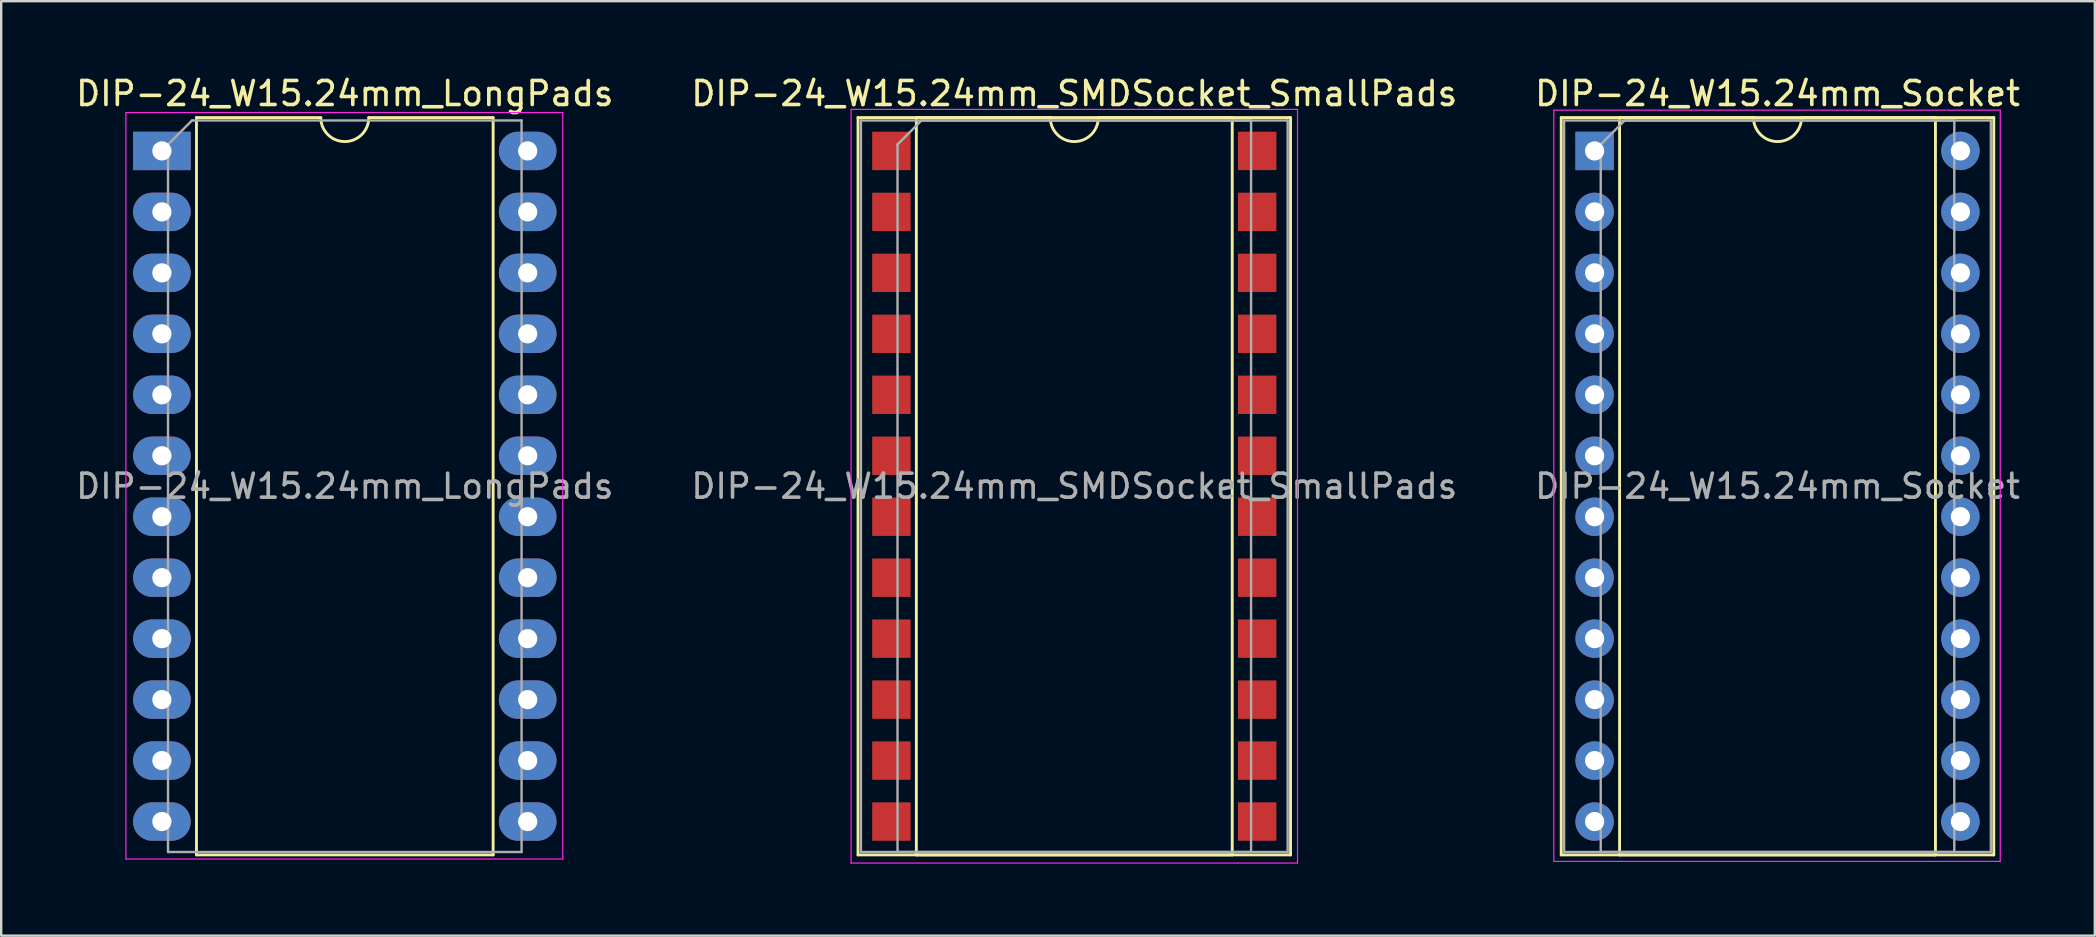
<source format=kicad_pcb>
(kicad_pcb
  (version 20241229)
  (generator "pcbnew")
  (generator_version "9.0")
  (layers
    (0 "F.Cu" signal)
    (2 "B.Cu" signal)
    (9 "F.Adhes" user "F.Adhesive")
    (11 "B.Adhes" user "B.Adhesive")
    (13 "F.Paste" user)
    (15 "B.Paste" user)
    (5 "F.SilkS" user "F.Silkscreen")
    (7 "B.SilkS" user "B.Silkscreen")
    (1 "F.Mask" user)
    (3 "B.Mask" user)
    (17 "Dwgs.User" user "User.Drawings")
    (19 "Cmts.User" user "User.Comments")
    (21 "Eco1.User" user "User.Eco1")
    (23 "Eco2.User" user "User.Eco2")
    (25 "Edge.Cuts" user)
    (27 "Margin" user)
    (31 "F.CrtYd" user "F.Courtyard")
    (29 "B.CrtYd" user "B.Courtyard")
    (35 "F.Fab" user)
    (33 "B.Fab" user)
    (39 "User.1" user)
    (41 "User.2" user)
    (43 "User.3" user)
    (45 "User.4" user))
  (footprint "DIP-24_W15.24mm_LongPads"
    (layer "F.Cu")
    (at 3.695 3.238)
    (property "Reference" "DIP-24_W15.24mm_LongPads" (at 7.62 -2.39 0) (layer "F.SilkS") (effects (font (size 1 1) (thickness 0.15))))
    (attr through_hole)
    (fp_line (start 1.44 -1.39) (end 1.44 29.33) (stroke (width 0.12) (type solid)) (layer "F.SilkS"))
    (fp_line (start 1.44 29.33) (end 13.8 29.33) (stroke (width 0.12) (type solid)) (layer "F.SilkS"))
    (fp_line (start 6.62 -1.39) (end 1.44 -1.39) (stroke (width 0.12) (type solid)) (layer "F.SilkS"))
    (fp_line (start 13.8 -1.39) (end 8.62 -1.39) (stroke (width 0.12) (type solid)) (layer "F.SilkS"))
    (fp_line (start 13.8 29.33) (end 13.8 -1.39) (stroke (width 0.12) (type solid)) (layer "F.SilkS"))
    (fp_arc (start 8.62 -1.39) (mid 7.62 -0.39) (end 6.62 -1.39) (stroke (width 0.12) (type solid)) (layer "F.SilkS"))
    (fp_line (start -1.5 -1.6) (end -1.5 29.5) (stroke (width 0.05) (type solid)) (layer "F.CrtYd"))
    (fp_line (start -1.5 29.5) (end 16.7 29.5) (stroke (width 0.05) (type solid)) (layer "F.CrtYd"))
    (fp_line (start 16.7 -1.6) (end -1.5 -1.6) (stroke (width 0.05) (type solid)) (layer "F.CrtYd"))
    (fp_line (start 16.7 29.5) (end 16.7 -1.6) (stroke (width 0.05) (type solid)) (layer "F.CrtYd"))
    (fp_line (start 0.255 -0.27) (end 1.255 -1.27) (stroke (width 0.1) (type solid)) (layer "F.Fab"))
    (fp_line (start 0.255 29.21) (end 0.255 -0.27) (stroke (width 0.1) (type solid)) (layer "F.Fab"))
    (fp_line (start 1.255 -1.27) (end 14.985 -1.27) (stroke (width 0.1) (type solid)) (layer "F.Fab"))
    (fp_line (start 14.985 -1.27) (end 14.985 29.21) (stroke (width 0.1) (type solid)) (layer "F.Fab"))
    (fp_line (start 14.985 29.21) (end 0.255 29.21) (stroke (width 0.1) (type solid)) (layer "F.Fab"))
    (fp_text user "${REFERENCE}" (at 7.62 13.97 0) (layer "F.Fab") (effects (font (size 1 1) (thickness 0.15))))
    (pad "1" thru_hole rect (at 0 0) (size 2.4 1.6) (drill 0.8) (layers "*.Cu" "*.Mask"))
    (pad "2" thru_hole oval (at 0 2.54) (size 2.4 1.6) (drill 0.8) (layers "*.Cu" "*.Mask"))
    (pad "3" thru_hole oval (at 0 5.08) (size 2.4 1.6) (drill 0.8) (layers "*.Cu" "*.Mask"))
    (pad "4" thru_hole oval (at 0 7.62) (size 2.4 1.6) (drill 0.8) (layers "*.Cu" "*.Mask"))
    (pad "5" thru_hole oval (at 0 10.16) (size 2.4 1.6) (drill 0.8) (layers "*.Cu" "*.Mask"))
    (pad "6" thru_hole oval (at 0 12.7) (size 2.4 1.6) (drill 0.8) (layers "*.Cu" "*.Mask"))
    (pad "7" thru_hole oval (at 0 15.24) (size 2.4 1.6) (drill 0.8) (layers "*.Cu" "*.Mask"))
    (pad "8" thru_hole oval (at 0 17.78) (size 2.4 1.6) (drill 0.8) (layers "*.Cu" "*.Mask"))
    (pad "9" thru_hole oval (at 0 20.32) (size 2.4 1.6) (drill 0.8) (layers "*.Cu" "*.Mask"))
    (pad "10" thru_hole oval (at 0 22.86) (size 2.4 1.6) (drill 0.8) (layers "*.Cu" "*.Mask"))
    (pad "11" thru_hole oval (at 0 25.4) (size 2.4 1.6) (drill 0.8) (layers "*.Cu" "*.Mask"))
    (pad "12" thru_hole oval (at 0 27.94) (size 2.4 1.6) (drill 0.8) (layers "*.Cu" "*.Mask"))
    (pad "13" thru_hole oval (at 15.24 27.94) (size 2.4 1.6) (drill 0.8) (layers "*.Cu" "*.Mask"))
    (pad "14" thru_hole oval (at 15.24 25.4) (size 2.4 1.6) (drill 0.8) (layers "*.Cu" "*.Mask"))
    (pad "15" thru_hole oval (at 15.24 22.86) (size 2.4 1.6) (drill 0.8) (layers "*.Cu" "*.Mask"))
    (pad "16" thru_hole oval (at 15.24 20.32) (size 2.4 1.6) (drill 0.8) (layers "*.Cu" "*.Mask"))
    (pad "17" thru_hole oval (at 15.24 17.78) (size 2.4 1.6) (drill 0.8) (layers "*.Cu" "*.Mask"))
    (pad "18" thru_hole oval (at 15.24 15.24) (size 2.4 1.6) (drill 0.8) (layers "*.Cu" "*.Mask"))
    (pad "19" thru_hole oval (at 15.24 12.7) (size 2.4 1.6) (drill 0.8) (layers "*.Cu" "*.Mask"))
    (pad "20" thru_hole oval (at 15.24 10.16) (size 2.4 1.6) (drill 0.8) (layers "*.Cu" "*.Mask"))
    (pad "21" thru_hole oval (at 15.24 7.62) (size 2.4 1.6) (drill 0.8) (layers "*.Cu" "*.Mask"))
    (pad "22" thru_hole oval (at 15.24 5.08) (size 2.4 1.6) (drill 0.8) (layers "*.Cu" "*.Mask"))
    (pad "23" thru_hole oval (at 15.24 2.54) (size 2.4 1.6) (drill 0.8) (layers "*.Cu" "*.Mask"))
    (pad "24" thru_hole oval (at 15.24 0) (size 2.4 1.6) (drill 0.8) (layers "*.Cu" "*.Mask")))
  (footprint "DIP-24_W15.24mm_SMDSocket_SmallPads"
    (layer "F.Cu")
    (at 41.708 17.208)
    (property "Reference" "DIP-24_W15.24mm_SMDSocket_SmallPads" (at 0 -16.36 0) (layer "F.SilkS") (effects (font (size 1 1) (thickness 0.15))))
    (attr smd)
    (fp_line (start -9.01 -15.36) (end -9.01 15.36) (stroke (width 0.12) (type solid)) (layer "F.SilkS"))
    (fp_line (start -9.01 15.36) (end 9.01 15.36) (stroke (width 0.12) (type solid)) (layer "F.SilkS"))
    (fp_line (start -6.58 -15.36) (end -6.58 15.36) (stroke (width 0.12) (type solid)) (layer "F.SilkS"))
    (fp_line (start -6.58 15.36) (end 6.58 15.36) (stroke (width 0.12) (type solid)) (layer "F.SilkS"))
    (fp_line (start -1 -15.36) (end -6.58 -15.36) (stroke (width 0.12) (type solid)) (layer "F.SilkS"))
    (fp_line (start 6.58 -15.36) (end 1 -15.36) (stroke (width 0.12) (type solid)) (layer "F.SilkS"))
    (fp_line (start 6.58 15.36) (end 6.58 -15.36) (stroke (width 0.12) (type solid)) (layer "F.SilkS"))
    (fp_line (start 9.01 -15.36) (end -9.01 -15.36) (stroke (width 0.12) (type solid)) (layer "F.SilkS"))
    (fp_line (start 9.01 15.36) (end 9.01 -15.36) (stroke (width 0.12) (type solid)) (layer "F.SilkS"))
    (fp_arc (start 1 -15.36) (mid 0 -14.36) (end -1 -15.36) (stroke (width 0.12) (type solid)) (layer "F.SilkS"))
    (fp_line (start -9.3 -15.7) (end -9.3 15.7) (stroke (width 0.05) (type solid)) (layer "F.CrtYd"))
    (fp_line (start -9.3 15.7) (end 9.3 15.7) (stroke (width 0.05) (type solid)) (layer "F.CrtYd"))
    (fp_line (start 9.3 -15.7) (end -9.3 -15.7) (stroke (width 0.05) (type solid)) (layer "F.CrtYd"))
    (fp_line (start 9.3 15.7) (end 9.3 -15.7) (stroke (width 0.05) (type solid)) (layer "F.CrtYd"))
    (fp_line (start -8.89 -15.24) (end -8.89 15.24) (stroke (width 0.1) (type solid)) (layer "F.Fab"))
    (fp_line (start -8.89 15.24) (end 8.89 15.24) (stroke (width 0.1) (type solid)) (layer "F.Fab"))
    (fp_line (start -7.365 -14.24) (end -6.365 -15.24) (stroke (width 0.1) (type solid)) (layer "F.Fab"))
    (fp_line (start -7.365 15.24) (end -7.365 -14.24) (stroke (width 0.1) (type solid)) (layer "F.Fab"))
    (fp_line (start -6.365 -15.24) (end 7.365 -15.24) (stroke (width 0.1) (type solid)) (layer "F.Fab"))
    (fp_line (start 7.365 -15.24) (end 7.365 15.24) (stroke (width 0.1) (type solid)) (layer "F.Fab"))
    (fp_line (start 7.365 15.24) (end -7.365 15.24) (stroke (width 0.1) (type solid)) (layer "F.Fab"))
    (fp_line (start 8.89 -15.24) (end -8.89 -15.24) (stroke (width 0.1) (type solid)) (layer "F.Fab"))
    (fp_line (start 8.89 15.24) (end 8.89 -15.24) (stroke (width 0.1) (type solid)) (layer "F.Fab"))
    (fp_text user "${REFERENCE}" (at 0 0 0) (layer "F.Fab") (effects (font (size 1 1) (thickness 0.15))))
    (pad "1" smd rect (at -7.62 -13.97) (size 1.6 1.6) (layers "F.Cu" "F.Mask" "F.Paste"))
    (pad "2" smd rect (at -7.62 -11.43) (size 1.6 1.6) (layers "F.Cu" "F.Mask" "F.Paste"))
    (pad "3" smd rect (at -7.62 -8.89) (size 1.6 1.6) (layers "F.Cu" "F.Mask" "F.Paste"))
    (pad "4" smd rect (at -7.62 -6.35) (size 1.6 1.6) (layers "F.Cu" "F.Mask" "F.Paste"))
    (pad "5" smd rect (at -7.62 -3.81) (size 1.6 1.6) (layers "F.Cu" "F.Mask" "F.Paste"))
    (pad "6" smd rect (at -7.62 -1.27) (size 1.6 1.6) (layers "F.Cu" "F.Mask" "F.Paste"))
    (pad "7" smd rect (at -7.62 1.27) (size 1.6 1.6) (layers "F.Cu" "F.Mask" "F.Paste"))
    (pad "8" smd rect (at -7.62 3.81) (size 1.6 1.6) (layers "F.Cu" "F.Mask" "F.Paste"))
    (pad "9" smd rect (at -7.62 6.35) (size 1.6 1.6) (layers "F.Cu" "F.Mask" "F.Paste"))
    (pad "10" smd rect (at -7.62 8.89) (size 1.6 1.6) (layers "F.Cu" "F.Mask" "F.Paste"))
    (pad "11" smd rect (at -7.62 11.43) (size 1.6 1.6) (layers "F.Cu" "F.Mask" "F.Paste"))
    (pad "12" smd rect (at -7.62 13.97) (size 1.6 1.6) (layers "F.Cu" "F.Mask" "F.Paste"))
    (pad "13" smd rect (at 7.62 13.97) (size 1.6 1.6) (layers "F.Cu" "F.Mask" "F.Paste"))
    (pad "14" smd rect (at 7.62 11.43) (size 1.6 1.6) (layers "F.Cu" "F.Mask" "F.Paste"))
    (pad "15" smd rect (at 7.62 8.89) (size 1.6 1.6) (layers "F.Cu" "F.Mask" "F.Paste"))
    (pad "16" smd rect (at 7.62 6.35) (size 1.6 1.6) (layers "F.Cu" "F.Mask" "F.Paste"))
    (pad "17" smd rect (at 7.62 3.81) (size 1.6 1.6) (layers "F.Cu" "F.Mask" "F.Paste"))
    (pad "18" smd rect (at 7.62 1.27) (size 1.6 1.6) (layers "F.Cu" "F.Mask" "F.Paste"))
    (pad "19" smd rect (at 7.62 -1.27) (size 1.6 1.6) (layers "F.Cu" "F.Mask" "F.Paste"))
    (pad "20" smd rect (at 7.62 -3.81) (size 1.6 1.6) (layers "F.Cu" "F.Mask" "F.Paste"))
    (pad "21" smd rect (at 7.62 -6.35) (size 1.6 1.6) (layers "F.Cu" "F.Mask" "F.Paste"))
    (pad "22" smd rect (at 7.62 -8.89) (size 1.6 1.6) (layers "F.Cu" "F.Mask" "F.Paste"))
    (pad "23" smd rect (at 7.62 -11.43) (size 1.6 1.6) (layers "F.Cu" "F.Mask" "F.Paste"))
    (pad "24" smd rect (at 7.62 -13.97) (size 1.6 1.6) (layers "F.Cu" "F.Mask" "F.Paste")))
  (footprint "DIP-24_W15.24mm_Socket"
    (layer "F.Cu")
    (at 63.386 3.238)
    (property "Reference" "DIP-24_W15.24mm_Socket" (at 7.62 -2.39 0) (layer "F.SilkS") (effects (font (size 1 1) (thickness 0.15))))
    (attr through_hole)
    (fp_line (start -1.39 -1.39) (end -1.39 29.33) (stroke (width 0.12) (type solid)) (layer "F.SilkS"))
    (fp_line (start -1.39 29.33) (end 16.63 29.33) (stroke (width 0.12) (type solid)) (layer "F.SilkS"))
    (fp_line (start 1.04 -1.39) (end 1.04 29.33) (stroke (width 0.12) (type solid)) (layer "F.SilkS"))
    (fp_line (start 1.04 29.33) (end 14.2 29.33) (stroke (width 0.12) (type solid)) (layer "F.SilkS"))
    (fp_line (start 6.62 -1.39) (end 1.04 -1.39) (stroke (width 0.12) (type solid)) (layer "F.SilkS"))
    (fp_line (start 14.2 -1.39) (end 8.62 -1.39) (stroke (width 0.12) (type solid)) (layer "F.SilkS"))
    (fp_line (start 14.2 29.33) (end 14.2 -1.39) (stroke (width 0.12) (type solid)) (layer "F.SilkS"))
    (fp_line (start 16.63 -1.39) (end -1.39 -1.39) (stroke (width 0.12) (type solid)) (layer "F.SilkS"))
    (fp_line (start 16.63 29.33) (end 16.63 -1.39) (stroke (width 0.12) (type solid)) (layer "F.SilkS"))
    (fp_arc (start 8.62 -1.39) (mid 7.62 -0.39) (end 6.62 -1.39) (stroke (width 0.12) (type solid)) (layer "F.SilkS"))
    (fp_line (start -1.7 -1.7) (end -1.7 29.6) (stroke (width 0.05) (type solid)) (layer "F.CrtYd"))
    (fp_line (start -1.7 29.6) (end 16.9 29.6) (stroke (width 0.05) (type solid)) (layer "F.CrtYd"))
    (fp_line (start 16.9 -1.7) (end -1.7 -1.7) (stroke (width 0.05) (type solid)) (layer "F.CrtYd"))
    (fp_line (start 16.9 29.6) (end 16.9 -1.7) (stroke (width 0.05) (type solid)) (layer "F.CrtYd"))
    (fp_line (start -1.27 -1.27) (end -1.27 29.21) (stroke (width 0.1) (type solid)) (layer "F.Fab"))
    (fp_line (start -1.27 29.21) (end 16.51 29.21) (stroke (width 0.1) (type solid)) (layer "F.Fab"))
    (fp_line (start 0.255 -0.27) (end 1.255 -1.27) (stroke (width 0.1) (type solid)) (layer "F.Fab"))
    (fp_line (start 0.255 29.21) (end 0.255 -0.27) (stroke (width 0.1) (type solid)) (layer "F.Fab"))
    (fp_line (start 1.255 -1.27) (end 14.985 -1.27) (stroke (width 0.1) (type solid)) (layer "F.Fab"))
    (fp_line (start 14.985 -1.27) (end 14.985 29.21) (stroke (width 0.1) (type solid)) (layer "F.Fab"))
    (fp_line (start 14.985 29.21) (end 0.255 29.21) (stroke (width 0.1) (type solid)) (layer "F.Fab"))
    (fp_line (start 16.51 -1.27) (end -1.27 -1.27) (stroke (width 0.1) (type solid)) (layer "F.Fab"))
    (fp_line (start 16.51 29.21) (end 16.51 -1.27) (stroke (width 0.1) (type solid)) (layer "F.Fab"))
    (fp_text user "${REFERENCE}" (at 7.62 13.97 0) (layer "F.Fab") (effects (font (size 1 1) (thickness 0.15))))
    (pad "1" thru_hole rect (at 0 0) (size 1.6 1.6) (drill 0.8) (layers "*.Cu" "*.Mask"))
    (pad "2" thru_hole oval (at 0 2.54) (size 1.6 1.6) (drill 0.8) (layers "*.Cu" "*.Mask"))
    (pad "3" thru_hole oval (at 0 5.08) (size 1.6 1.6) (drill 0.8) (layers "*.Cu" "*.Mask"))
    (pad "4" thru_hole oval (at 0 7.62) (size 1.6 1.6) (drill 0.8) (layers "*.Cu" "*.Mask"))
    (pad "5" thru_hole oval (at 0 10.16) (size 1.6 1.6) (drill 0.8) (layers "*.Cu" "*.Mask"))
    (pad "6" thru_hole oval (at 0 12.7) (size 1.6 1.6) (drill 0.8) (layers "*.Cu" "*.Mask"))
    (pad "7" thru_hole oval (at 0 15.24) (size 1.6 1.6) (drill 0.8) (layers "*.Cu" "*.Mask"))
    (pad "8" thru_hole oval (at 0 17.78) (size 1.6 1.6) (drill 0.8) (layers "*.Cu" "*.Mask"))
    (pad "9" thru_hole oval (at 0 20.32) (size 1.6 1.6) (drill 0.8) (layers "*.Cu" "*.Mask"))
    (pad "10" thru_hole oval (at 0 22.86) (size 1.6 1.6) (drill 0.8) (layers "*.Cu" "*.Mask"))
    (pad "11" thru_hole oval (at 0 25.4) (size 1.6 1.6) (drill 0.8) (layers "*.Cu" "*.Mask"))
    (pad "12" thru_hole oval (at 0 27.94) (size 1.6 1.6) (drill 0.8) (layers "*.Cu" "*.Mask"))
    (pad "13" thru_hole oval (at 15.24 27.94) (size 1.6 1.6) (drill 0.8) (layers "*.Cu" "*.Mask"))
    (pad "14" thru_hole oval (at 15.24 25.4) (size 1.6 1.6) (drill 0.8) (layers "*.Cu" "*.Mask"))
    (pad "15" thru_hole oval (at 15.24 22.86) (size 1.6 1.6) (drill 0.8) (layers "*.Cu" "*.Mask"))
    (pad "16" thru_hole oval (at 15.24 20.32) (size 1.6 1.6) (drill 0.8) (layers "*.Cu" "*.Mask"))
    (pad "17" thru_hole oval (at 15.24 17.78) (size 1.6 1.6) (drill 0.8) (layers "*.Cu" "*.Mask"))
    (pad "18" thru_hole oval (at 15.24 15.24) (size 1.6 1.6) (drill 0.8) (layers "*.Cu" "*.Mask"))
    (pad "19" thru_hole oval (at 15.24 12.7) (size 1.6 1.6) (drill 0.8) (layers "*.Cu" "*.Mask"))
    (pad "20" thru_hole oval (at 15.24 10.16) (size 1.6 1.6) (drill 0.8) (layers "*.Cu" "*.Mask"))
    (pad "21" thru_hole oval (at 15.24 7.62) (size 1.6 1.6) (drill 0.8) (layers "*.Cu" "*.Mask"))
    (pad "22" thru_hole oval (at 15.24 5.08) (size 1.6 1.6) (drill 0.8) (layers "*.Cu" "*.Mask"))
    (pad "23" thru_hole oval (at 15.24 2.54) (size 1.6 1.6) (drill 0.8) (layers "*.Cu" "*.Mask"))
    (pad "24" thru_hole oval (at 15.24 0) (size 1.6 1.6) (drill 0.8) (layers "*.Cu" "*.Mask")))
  (gr_rect
    (start -3 -3)
    (end 84.226 35.933)
    (stroke (width 0.1) (type default))
    (fill no)
    (layer "Edge.Cuts")))
</source>
